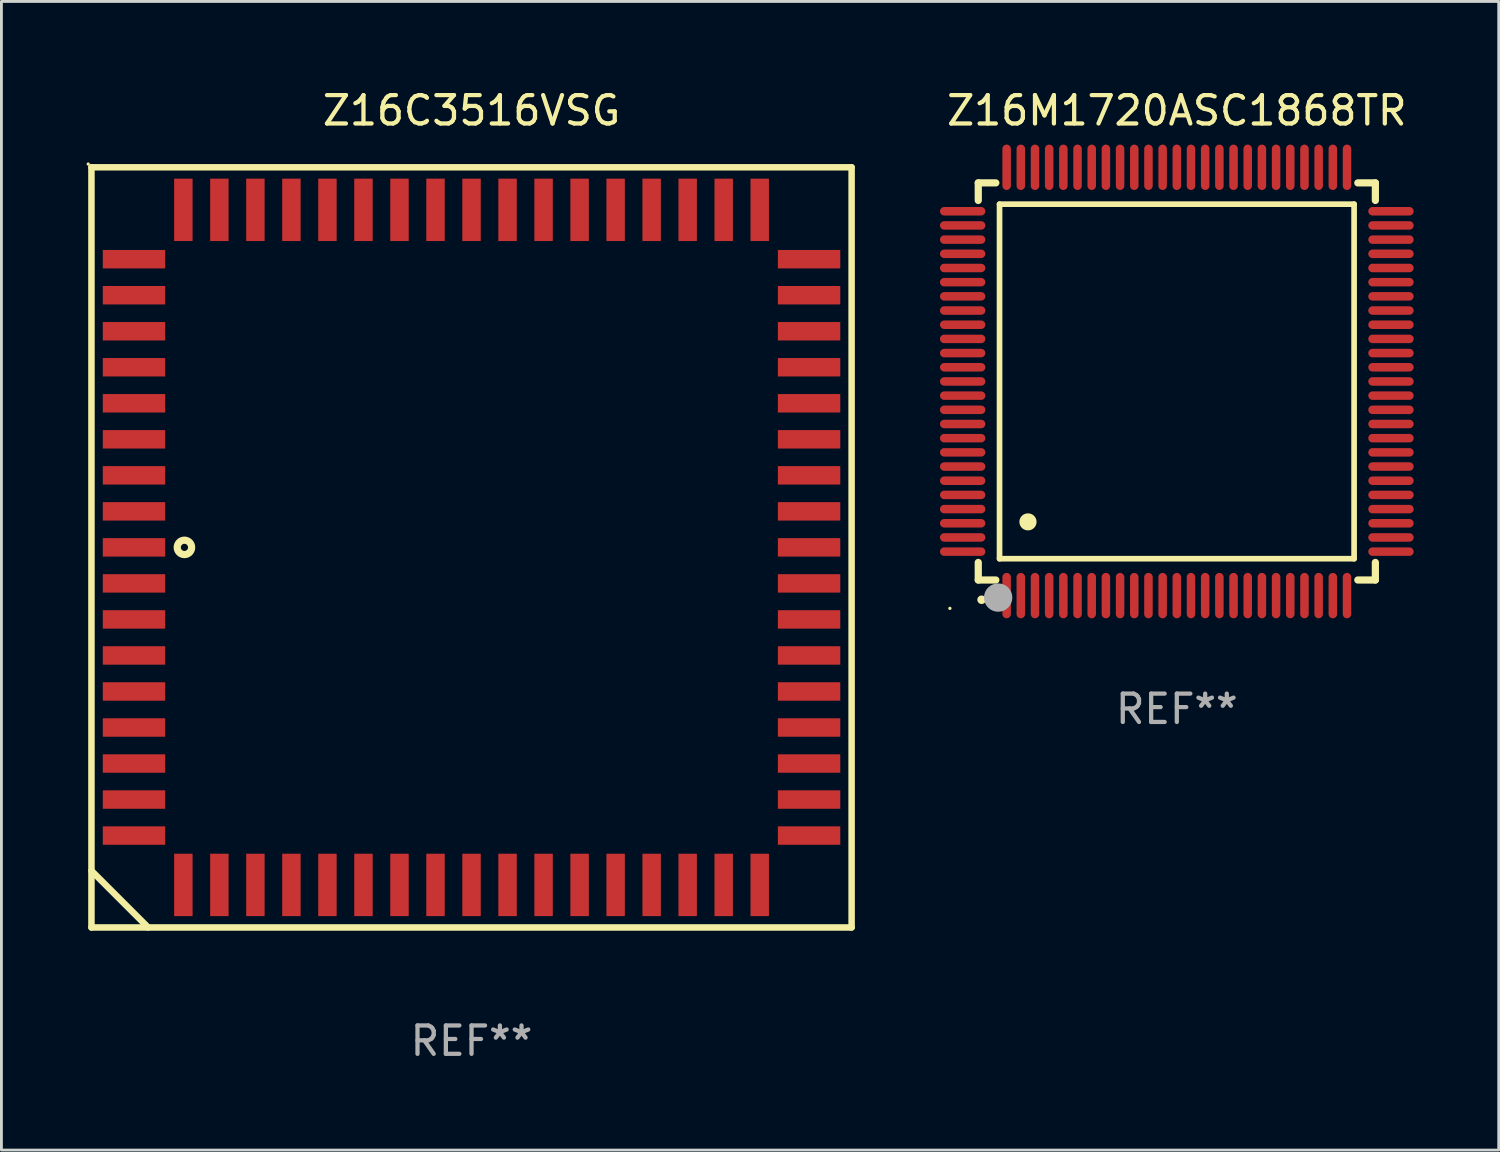
<source format=kicad_pcb>
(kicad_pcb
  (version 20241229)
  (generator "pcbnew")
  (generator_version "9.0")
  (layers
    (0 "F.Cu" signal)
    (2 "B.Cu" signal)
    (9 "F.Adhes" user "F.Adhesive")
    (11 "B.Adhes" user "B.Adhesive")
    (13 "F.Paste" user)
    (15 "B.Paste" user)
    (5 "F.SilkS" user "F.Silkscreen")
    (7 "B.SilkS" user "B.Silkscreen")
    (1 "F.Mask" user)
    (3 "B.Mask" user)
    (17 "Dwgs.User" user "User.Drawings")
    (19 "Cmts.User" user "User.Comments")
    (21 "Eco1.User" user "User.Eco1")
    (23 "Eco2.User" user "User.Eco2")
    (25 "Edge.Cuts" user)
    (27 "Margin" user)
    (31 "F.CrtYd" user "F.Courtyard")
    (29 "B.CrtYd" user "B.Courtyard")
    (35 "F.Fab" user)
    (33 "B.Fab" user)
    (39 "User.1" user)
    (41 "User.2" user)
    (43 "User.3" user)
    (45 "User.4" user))
  (footprint "Z16C3516VSG"
    (layer "F.Cu")
    (at 13.574 16.248)
    (property "Reference" "Z16C3516VSG" (at 0 -15.4 0) (layer "F.SilkS") (effects (font (size 1 1) (thickness 0.15))))
    (attr through_hole)
    (fp_line (start -13.4 -13.4) (end -13.4 13.4) (stroke (width 0.229) (type solid)) (layer "F.SilkS"))
    (fp_line (start -13.4 11.4) (end -11.4 13.4) (stroke (width 0.229) (type solid)) (layer "F.SilkS"))
    (fp_line (start -13.4 13.4) (end 13.4 13.4) (stroke (width 0.229) (type solid)) (layer "F.SilkS"))
    (fp_line (start 13.4 -13.4) (end -13.4 -13.4) (stroke (width 0.229) (type solid)) (layer "F.SilkS"))
    (fp_line (start 13.4 13.4) (end 13.4 -13.4) (stroke (width 0.229) (type solid)) (layer "F.SilkS"))
    (fp_circle (center -13.514 -13.514) (end -13.484 -13.514) (stroke (width 0.06) (type solid)) (fill no) (layer "F.SilkS"))
    (fp_circle (center -10.122 -0.000076) (end -9.868 -0.000076) (stroke (width 0.254) (type solid)) (fill no) (layer "F.SilkS"))
    (fp_text user "REF**" (at 0 17.4 0) (layer "F.Fab") (effects (font (size 1 1) (thickness 0.15))))
    (pad "1" smd rect (at -11.9 -0.000076 270) (size 0.65 2.2) (layers "F.Cu" "F.Mask" "F.Paste"))
    (pad "2" smd rect (at -11.9 1.27 270) (size 0.65 2.2) (layers "F.Cu" "F.Mask" "F.Paste"))
    (pad "3" smd rect (at -11.9 2.54 270) (size 0.65 2.2) (layers "F.Cu" "F.Mask" "F.Paste"))
    (pad "4" smd rect (at -11.9 3.81 270) (size 0.65 2.2) (layers "F.Cu" "F.Mask" "F.Paste"))
    (pad "5" smd rect (at -11.9 5.08 270) (size 0.65 2.2) (layers "F.Cu" "F.Mask" "F.Paste"))
    (pad "6" smd rect (at -11.9 6.35 270) (size 0.65 2.2) (layers "F.Cu" "F.Mask" "F.Paste"))
    (pad "7" smd rect (at -11.9 7.62 270) (size 0.65 2.2) (layers "F.Cu" "F.Mask" "F.Paste"))
    (pad "8" smd rect (at -11.9 8.89 270) (size 0.65 2.2) (layers "F.Cu" "F.Mask" "F.Paste"))
    (pad "9" smd rect (at -11.9 10.16 270) (size 0.65 2.2) (layers "F.Cu" "F.Mask" "F.Paste"))
    (pad "10" smd rect (at -10.16 11.9 270) (size 2.2 0.65) (layers "F.Cu" "F.Mask" "F.Paste"))
    (pad "11" smd rect (at -8.89 11.9 270) (size 2.2 0.65) (layers "F.Cu" "F.Mask" "F.Paste"))
    (pad "12" smd rect (at -7.62 11.9 270) (size 2.2 0.65) (layers "F.Cu" "F.Mask" "F.Paste"))
    (pad "13" smd rect (at -6.35 11.9 270) (size 2.2 0.65) (layers "F.Cu" "F.Mask" "F.Paste"))
    (pad "14" smd rect (at -5.08 11.9 270) (size 2.2 0.65) (layers "F.Cu" "F.Mask" "F.Paste"))
    (pad "15" smd rect (at -3.81 11.9 270) (size 2.2 0.65) (layers "F.Cu" "F.Mask" "F.Paste"))
    (pad "16" smd rect (at -2.54 11.9 270) (size 2.2 0.65) (layers "F.Cu" "F.Mask" "F.Paste"))
    (pad "17" smd rect (at -1.27 11.9 270) (size 2.2 0.65) (layers "F.Cu" "F.Mask" "F.Paste"))
    (pad "18" smd rect (at 0 11.9 270) (size 2.2 0.65) (layers "F.Cu" "F.Mask" "F.Paste"))
    (pad "19" smd rect (at 1.27 11.9 270) (size 2.2 0.65) (layers "F.Cu" "F.Mask" "F.Paste"))
    (pad "20" smd rect (at 2.54 11.9 270) (size 2.2 0.65) (layers "F.Cu" "F.Mask" "F.Paste"))
    (pad "21" smd rect (at 3.81 11.9 270) (size 2.2 0.65) (layers "F.Cu" "F.Mask" "F.Paste"))
    (pad "22" smd rect (at 5.08 11.9 270) (size 2.2 0.65) (layers "F.Cu" "F.Mask" "F.Paste"))
    (pad "23" smd rect (at 6.35 11.9 270) (size 2.2 0.65) (layers "F.Cu" "F.Mask" "F.Paste"))
    (pad "24" smd rect (at 7.62 11.9 270) (size 2.2 0.65) (layers "F.Cu" "F.Mask" "F.Paste"))
    (pad "25" smd rect (at 8.89 11.9 270) (size 2.2 0.65) (layers "F.Cu" "F.Mask" "F.Paste"))
    (pad "26" smd rect (at 10.16 11.9 270) (size 2.2 0.65) (layers "F.Cu" "F.Mask" "F.Paste"))
    (pad "27" smd rect (at 11.9 10.16 270) (size 0.65 2.2) (layers "F.Cu" "F.Mask" "F.Paste"))
    (pad "28" smd rect (at 11.9 8.89 270) (size 0.65 2.2) (layers "F.Cu" "F.Mask" "F.Paste"))
    (pad "29" smd rect (at 11.9 7.62 270) (size 0.65 2.2) (layers "F.Cu" "F.Mask" "F.Paste"))
    (pad "30" smd rect (at 11.9 6.35 270) (size 0.65 2.2) (layers "F.Cu" "F.Mask" "F.Paste"))
    (pad "31" smd rect (at 11.9 5.08 270) (size 0.65 2.2) (layers "F.Cu" "F.Mask" "F.Paste"))
    (pad "32" smd rect (at 11.9 3.81 270) (size 0.65 2.2) (layers "F.Cu" "F.Mask" "F.Paste"))
    (pad "33" smd rect (at 11.9 2.54 270) (size 0.65 2.2) (layers "F.Cu" "F.Mask" "F.Paste"))
    (pad "34" smd rect (at 11.9 1.27 270) (size 0.65 2.2) (layers "F.Cu" "F.Mask" "F.Paste"))
    (pad "35" smd rect (at 11.9 -0.000076 270) (size 0.65 2.2) (layers "F.Cu" "F.Mask" "F.Paste"))
    (pad "36" smd rect (at 11.9 -1.27 270) (size 0.65 2.2) (layers "F.Cu" "F.Mask" "F.Paste"))
    (pad "37" smd rect (at 11.9 -2.54 270) (size 0.65 2.2) (layers "F.Cu" "F.Mask" "F.Paste"))
    (pad "38" smd rect (at 11.9 -3.81 270) (size 0.65 2.2) (layers "F.Cu" "F.Mask" "F.Paste"))
    (pad "39" smd rect (at 11.9 -5.08 270) (size 0.65 2.2) (layers "F.Cu" "F.Mask" "F.Paste"))
    (pad "40" smd rect (at 11.9 -6.35 270) (size 0.65 2.2) (layers "F.Cu" "F.Mask" "F.Paste"))
    (pad "41" smd rect (at 11.9 -7.62 270) (size 0.65 2.2) (layers "F.Cu" "F.Mask" "F.Paste"))
    (pad "42" smd rect (at 11.9 -8.89 270) (size 0.65 2.2) (layers "F.Cu" "F.Mask" "F.Paste"))
    (pad "43" smd rect (at 11.9 -10.16 270) (size 0.65 2.2) (layers "F.Cu" "F.Mask" "F.Paste"))
    (pad "44" smd rect (at 10.16 -11.9 270) (size 2.2 0.65) (layers "F.Cu" "F.Mask" "F.Paste"))
    (pad "45" smd rect (at 8.89 -11.9 270) (size 2.2 0.65) (layers "F.Cu" "F.Mask" "F.Paste"))
    (pad "46" smd rect (at 7.62 -11.9 270) (size 2.2 0.65) (layers "F.Cu" "F.Mask" "F.Paste"))
    (pad "47" smd rect (at 6.35 -11.9 270) (size 2.2 0.65) (layers "F.Cu" "F.Mask" "F.Paste"))
    (pad "48" smd rect (at 5.08 -11.9 270) (size 2.2 0.65) (layers "F.Cu" "F.Mask" "F.Paste"))
    (pad "49" smd rect (at 3.81 -11.9 270) (size 2.2 0.65) (layers "F.Cu" "F.Mask" "F.Paste"))
    (pad "50" smd rect (at 2.54 -11.9 270) (size 2.2 0.65) (layers "F.Cu" "F.Mask" "F.Paste"))
    (pad "51" smd rect (at 1.27 -11.9 270) (size 2.2 0.65) (layers "F.Cu" "F.Mask" "F.Paste"))
    (pad "52" smd rect (at 0 -11.9 270) (size 2.2 0.65) (layers "F.Cu" "F.Mask" "F.Paste"))
    (pad "53" smd rect (at -1.27 -11.9 270) (size 2.2 0.65) (layers "F.Cu" "F.Mask" "F.Paste"))
    (pad "54" smd rect (at -2.54 -11.9 270) (size 2.2 0.65) (layers "F.Cu" "F.Mask" "F.Paste"))
    (pad "55" smd rect (at -3.81 -11.9 270) (size 2.2 0.65) (layers "F.Cu" "F.Mask" "F.Paste"))
    (pad "56" smd rect (at -5.08 -11.9 270) (size 2.2 0.65) (layers "F.Cu" "F.Mask" "F.Paste"))
    (pad "57" smd rect (at -6.35 -11.9 270) (size 2.2 0.65) (layers "F.Cu" "F.Mask" "F.Paste"))
    (pad "58" smd rect (at -7.62 -11.9 270) (size 2.2 0.65) (layers "F.Cu" "F.Mask" "F.Paste"))
    (pad "59" smd rect (at -8.89 -11.9 270) (size 2.2 0.65) (layers "F.Cu" "F.Mask" "F.Paste"))
    (pad "60" smd rect (at -10.16 -11.9 270) (size 2.2 0.65) (layers "F.Cu" "F.Mask" "F.Paste"))
    (pad "61" smd rect (at -11.9 -10.16 270) (size 0.65 2.2) (layers "F.Cu" "F.Mask" "F.Paste"))
    (pad "62" smd rect (at -11.9 -8.89 270) (size 0.65 2.2) (layers "F.Cu" "F.Mask" "F.Paste"))
    (pad "63" smd rect (at -11.9 -7.62 270) (size 0.65 2.2) (layers "F.Cu" "F.Mask" "F.Paste"))
    (pad "64" smd rect (at -11.9 -6.35 270) (size 0.65 2.2) (layers "F.Cu" "F.Mask" "F.Paste"))
    (pad "65" smd rect (at -11.9 -5.08 270) (size 0.65 2.2) (layers "F.Cu" "F.Mask" "F.Paste"))
    (pad "66" smd rect (at -11.9 -3.81 270) (size 0.65 2.2) (layers "F.Cu" "F.Mask" "F.Paste"))
    (pad "67" smd rect (at -11.9 -2.54 270) (size 0.65 2.2) (layers "F.Cu" "F.Mask" "F.Paste"))
    (pad "68" smd rect (at -11.9 -1.27 270) (size 0.65 2.2) (layers "F.Cu" "F.Mask" "F.Paste")))
  (footprint "Z16M1720ASC1868TR"
    (layer "F.Cu")
    (at 38.439 10.398)
    (property "Reference" "Z16M1720ASC1868TR" (at 0 -9.55 0) (layer "F.SilkS") (effects (font (size 1 1) (thickness 0.15))))
    (attr through_hole)
    (fp_line (start -7 -7) (end -6.381 -7) (stroke (width 0.254) (type solid)) (layer "F.SilkS"))
    (fp_line (start -7 -6.381) (end -7 -7) (stroke (width 0.254) (type solid)) (layer "F.SilkS"))
    (fp_line (start -7 7) (end -7 6.381) (stroke (width 0.254) (type solid)) (layer "F.SilkS"))
    (fp_line (start -6.381 7) (end -7 7) (stroke (width 0.254) (type solid)) (layer "F.SilkS"))
    (fp_line (start -6.25 -6.25) (end -6.25 6.25) (stroke (width 0.2) (type solid)) (layer "F.SilkS"))
    (fp_line (start -6.25 6.25) (end 6.25 6.25) (stroke (width 0.2) (type solid)) (layer "F.SilkS"))
    (fp_line (start 6.25 -6.25) (end -6.25 -6.25) (stroke (width 0.2) (type solid)) (layer "F.SilkS"))
    (fp_line (start 6.25 6.25) (end 6.25 -6.25) (stroke (width 0.2) (type solid)) (layer "F.SilkS"))
    (fp_line (start 6.381 -7) (end 7 -7) (stroke (width 0.254) (type solid)) (layer "F.SilkS"))
    (fp_line (start 7 -7) (end 7 -6.381) (stroke (width 0.254) (type solid)) (layer "F.SilkS"))
    (fp_line (start 7 6.381) (end 7 7) (stroke (width 0.254) (type solid)) (layer "F.SilkS"))
    (fp_line (start 7 7) (end 6.381 7) (stroke (width 0.254) (type solid)) (layer "F.SilkS"))
    (fp_arc (start -6.883414 7.696215) (mid -6.882144 7.69621) (end -6.880874 7.696215) (stroke (width 0.3) (type solid)) (layer "F.SilkS"))
    (fp_arc (start -5.250191 4.95047) (mid -5.247651 4.950459) (end -5.245111 4.95047) (stroke (width 0.6) (type solid)) (layer "F.SilkS"))
    (fp_circle (center -8 8) (end -7.97 8) (stroke (width 0.06) (type solid)) (fill no) (layer "F.SilkS"))
    (fp_circle (center -6.299 7.62) (end -6.049 7.62) (stroke (width 0.5) (type solid)) (fill no) (layer "F.Fab"))
    (fp_text user "REF**" (at 0 11.55 0) (layer "F.Fab") (effects (font (size 1 1) (thickness 0.15))))
    (pad "1" smd oval (at -6 7.55) (size 0.3 1.6) (layers "F.Cu" "F.Mask" "F.Paste"))
    (pad "2" smd oval (at -5.5 7.55) (size 0.3 1.6) (layers "F.Cu" "F.Mask" "F.Paste"))
    (pad "3" smd oval (at -5 7.55) (size 0.3 1.6) (layers "F.Cu" "F.Mask" "F.Paste"))
    (pad "4" smd oval (at -4.5 7.55) (size 0.3 1.6) (layers "F.Cu" "F.Mask" "F.Paste"))
    (pad "5" smd oval (at -4 7.55) (size 0.3 1.6) (layers "F.Cu" "F.Mask" "F.Paste"))
    (pad "6" smd oval (at -3.5 7.55) (size 0.3 1.6) (layers "F.Cu" "F.Mask" "F.Paste"))
    (pad "7" smd oval (at -3 7.55) (size 0.3 1.6) (layers "F.Cu" "F.Mask" "F.Paste"))
    (pad "8" smd oval (at -2.5 7.55) (size 0.3 1.6) (layers "F.Cu" "F.Mask" "F.Paste"))
    (pad "9" smd oval (at -2 7.55) (size 0.3 1.6) (layers "F.Cu" "F.Mask" "F.Paste"))
    (pad "10" smd oval (at -1.5 7.55) (size 0.3 1.6) (layers "F.Cu" "F.Mask" "F.Paste"))
    (pad "11" smd oval (at -1 7.55) (size 0.3 1.6) (layers "F.Cu" "F.Mask" "F.Paste"))
    (pad "12" smd oval (at -0.5 7.55) (size 0.3 1.6) (layers "F.Cu" "F.Mask" "F.Paste"))
    (pad "13" smd oval (at 0 7.55) (size 0.3 1.6) (layers "F.Cu" "F.Mask" "F.Paste"))
    (pad "14" smd oval (at 0.5 7.55) (size 0.3 1.6) (layers "F.Cu" "F.Mask" "F.Paste"))
    (pad "15" smd oval (at 1 7.55) (size 0.3 1.6) (layers "F.Cu" "F.Mask" "F.Paste"))
    (pad "16" smd oval (at 1.5 7.55) (size 0.3 1.6) (layers "F.Cu" "F.Mask" "F.Paste"))
    (pad "17" smd oval (at 2 7.55) (size 0.3 1.6) (layers "F.Cu" "F.Mask" "F.Paste"))
    (pad "18" smd oval (at 2.5 7.55) (size 0.3 1.6) (layers "F.Cu" "F.Mask" "F.Paste"))
    (pad "19" smd oval (at 3 7.55) (size 0.3 1.6) (layers "F.Cu" "F.Mask" "F.Paste"))
    (pad "20" smd oval (at 3.5 7.55) (size 0.3 1.6) (layers "F.Cu" "F.Mask" "F.Paste"))
    (pad "21" smd oval (at 4 7.55) (size 0.3 1.6) (layers "F.Cu" "F.Mask" "F.Paste"))
    (pad "22" smd oval (at 4.5 7.55) (size 0.3 1.6) (layers "F.Cu" "F.Mask" "F.Paste"))
    (pad "23" smd oval (at 5 7.55) (size 0.3 1.6) (layers "F.Cu" "F.Mask" "F.Paste"))
    (pad "24" smd oval (at 5.5 7.55) (size 0.3 1.6) (layers "F.Cu" "F.Mask" "F.Paste"))
    (pad "25" smd oval (at 6 7.55) (size 0.3 1.6) (layers "F.Cu" "F.Mask" "F.Paste"))
    (pad "26" smd oval (at 7.55 6) (size 1.6 0.3) (layers "F.Cu" "F.Mask" "F.Paste"))
    (pad "27" smd oval (at 7.55 5.5) (size 1.6 0.3) (layers "F.Cu" "F.Mask" "F.Paste"))
    (pad "28" smd oval (at 7.55 5) (size 1.6 0.3) (layers "F.Cu" "F.Mask" "F.Paste"))
    (pad "29" smd oval (at 7.55 4.5) (size 1.6 0.3) (layers "F.Cu" "F.Mask" "F.Paste"))
    (pad "30" smd oval (at 7.55 4) (size 1.6 0.3) (layers "F.Cu" "F.Mask" "F.Paste"))
    (pad "31" smd oval (at 7.55 3.5) (size 1.6 0.3) (layers "F.Cu" "F.Mask" "F.Paste"))
    (pad "32" smd oval (at 7.55 3) (size 1.6 0.3) (layers "F.Cu" "F.Mask" "F.Paste"))
    (pad "33" smd oval (at 7.55 2.5) (size 1.6 0.3) (layers "F.Cu" "F.Mask" "F.Paste"))
    (pad "34" smd oval (at 7.55 2) (size 1.6 0.3) (layers "F.Cu" "F.Mask" "F.Paste"))
    (pad "35" smd oval (at 7.55 1.5) (size 1.6 0.3) (layers "F.Cu" "F.Mask" "F.Paste"))
    (pad "36" smd oval (at 7.55 1) (size 1.6 0.3) (layers "F.Cu" "F.Mask" "F.Paste"))
    (pad "37" smd oval (at 7.55 0.5) (size 1.6 0.3) (layers "F.Cu" "F.Mask" "F.Paste"))
    (pad "38" smd oval (at 7.55 0) (size 1.6 0.3) (layers "F.Cu" "F.Mask" "F.Paste"))
    (pad "39" smd oval (at 7.55 -0.5) (size 1.6 0.3) (layers "F.Cu" "F.Mask" "F.Paste"))
    (pad "40" smd oval (at 7.55 -1) (size 1.6 0.3) (layers "F.Cu" "F.Mask" "F.Paste"))
    (pad "41" smd oval (at 7.55 -1.5) (size 1.6 0.3) (layers "F.Cu" "F.Mask" "F.Paste"))
    (pad "42" smd oval (at 7.55 -2) (size 1.6 0.3) (layers "F.Cu" "F.Mask" "F.Paste"))
    (pad "43" smd oval (at 7.55 -2.5) (size 1.6 0.3) (layers "F.Cu" "F.Mask" "F.Paste"))
    (pad "44" smd oval (at 7.55 -3) (size 1.6 0.3) (layers "F.Cu" "F.Mask" "F.Paste"))
    (pad "45" smd oval (at 7.55 -3.5) (size 1.6 0.3) (layers "F.Cu" "F.Mask" "F.Paste"))
    (pad "46" smd oval (at 7.55 -4) (size 1.6 0.3) (layers "F.Cu" "F.Mask" "F.Paste"))
    (pad "47" smd oval (at 7.55 -4.5) (size 1.6 0.3) (layers "F.Cu" "F.Mask" "F.Paste"))
    (pad "48" smd oval (at 7.55 -5) (size 1.6 0.3) (layers "F.Cu" "F.Mask" "F.Paste"))
    (pad "49" smd oval (at 7.55 -5.5) (size 1.6 0.3) (layers "F.Cu" "F.Mask" "F.Paste"))
    (pad "50" smd oval (at 7.55 -6) (size 1.6 0.3) (layers "F.Cu" "F.Mask" "F.Paste"))
    (pad "51" smd oval (at 6 -7.55) (size 0.3 1.6) (layers "F.Cu" "F.Mask" "F.Paste"))
    (pad "52" smd oval (at 5.5 -7.55) (size 0.3 1.6) (layers "F.Cu" "F.Mask" "F.Paste"))
    (pad "53" smd oval (at 5 -7.55) (size 0.3 1.6) (layers "F.Cu" "F.Mask" "F.Paste"))
    (pad "54" smd oval (at 4.5 -7.55) (size 0.3 1.6) (layers "F.Cu" "F.Mask" "F.Paste"))
    (pad "55" smd oval (at 4 -7.55) (size 0.3 1.6) (layers "F.Cu" "F.Mask" "F.Paste"))
    (pad "56" smd oval (at 3.5 -7.55) (size 0.3 1.6) (layers "F.Cu" "F.Mask" "F.Paste"))
    (pad "57" smd oval (at 3 -7.55) (size 0.3 1.6) (layers "F.Cu" "F.Mask" "F.Paste"))
    (pad "58" smd oval (at 2.5 -7.55) (size 0.3 1.6) (layers "F.Cu" "F.Mask" "F.Paste"))
    (pad "59" smd oval (at 2 -7.55) (size 0.3 1.6) (layers "F.Cu" "F.Mask" "F.Paste"))
    (pad "60" smd oval (at 1.5 -7.55) (size 0.3 1.6) (layers "F.Cu" "F.Mask" "F.Paste"))
    (pad "61" smd oval (at 1 -7.55) (size 0.3 1.6) (layers "F.Cu" "F.Mask" "F.Paste"))
    (pad "62" smd oval (at 0.5 -7.55) (size 0.3 1.6) (layers "F.Cu" "F.Mask" "F.Paste"))
    (pad "63" smd oval (at 0 -7.55) (size 0.3 1.6) (layers "F.Cu" "F.Mask" "F.Paste"))
    (pad "64" smd oval (at -0.5 -7.55) (size 0.3 1.6) (layers "F.Cu" "F.Mask" "F.Paste"))
    (pad "65" smd oval (at -1 -7.55) (size 0.3 1.6) (layers "F.Cu" "F.Mask" "F.Paste"))
    (pad "66" smd oval (at -1.5 -7.55) (size 0.3 1.6) (layers "F.Cu" "F.Mask" "F.Paste"))
    (pad "67" smd oval (at -2 -7.55) (size 0.3 1.6) (layers "F.Cu" "F.Mask" "F.Paste"))
    (pad "68" smd oval (at -2.5 -7.55) (size 0.3 1.6) (layers "F.Cu" "F.Mask" "F.Paste"))
    (pad "69" smd oval (at -3 -7.55) (size 0.3 1.6) (layers "F.Cu" "F.Mask" "F.Paste"))
    (pad "70" smd oval (at -3.5 -7.55) (size 0.3 1.6) (layers "F.Cu" "F.Mask" "F.Paste"))
    (pad "71" smd oval (at -4 -7.55) (size 0.3 1.6) (layers "F.Cu" "F.Mask" "F.Paste"))
    (pad "72" smd oval (at -4.5 -7.55) (size 0.3 1.6) (layers "F.Cu" "F.Mask" "F.Paste"))
    (pad "73" smd oval (at -5 -7.55) (size 0.3 1.6) (layers "F.Cu" "F.Mask" "F.Paste"))
    (pad "74" smd oval (at -5.5 -7.55) (size 0.3 1.6) (layers "F.Cu" "F.Mask" "F.Paste"))
    (pad "75" smd oval (at -6 -7.55) (size 0.3 1.6) (layers "F.Cu" "F.Mask" "F.Paste"))
    (pad "76" smd oval (at -7.55 -6) (size 1.6 0.3) (layers "F.Cu" "F.Mask" "F.Paste"))
    (pad "77" smd oval (at -7.55 -5.5) (size 1.6 0.3) (layers "F.Cu" "F.Mask" "F.Paste"))
    (pad "78" smd oval (at -7.55 -5) (size 1.6 0.3) (layers "F.Cu" "F.Mask" "F.Paste"))
    (pad "79" smd oval (at -7.55 -4.5) (size 1.6 0.3) (layers "F.Cu" "F.Mask" "F.Paste"))
    (pad "80" smd oval (at -7.55 -4) (size 1.6 0.3) (layers "F.Cu" "F.Mask" "F.Paste"))
    (pad "81" smd oval (at -7.55 -3.5) (size 1.6 0.3) (layers "F.Cu" "F.Mask" "F.Paste"))
    (pad "82" smd oval (at -7.55 -3) (size 1.6 0.3) (layers "F.Cu" "F.Mask" "F.Paste"))
    (pad "83" smd oval (at -7.55 -2.5) (size 1.6 0.3) (layers "F.Cu" "F.Mask" "F.Paste"))
    (pad "84" smd oval (at -7.55 -2) (size 1.6 0.3) (layers "F.Cu" "F.Mask" "F.Paste"))
    (pad "85" smd oval (at -7.55 -1.5) (size 1.6 0.3) (layers "F.Cu" "F.Mask" "F.Paste"))
    (pad "86" smd oval (at -7.55 -1) (size 1.6 0.3) (layers "F.Cu" "F.Mask" "F.Paste"))
    (pad "87" smd oval (at -7.55 -0.5) (size 1.6 0.3) (layers "F.Cu" "F.Mask" "F.Paste"))
    (pad "88" smd oval (at -7.55 0) (size 1.6 0.3) (layers "F.Cu" "F.Mask" "F.Paste"))
    (pad "89" smd oval (at -7.55 0.5) (size 1.6 0.3) (layers "F.Cu" "F.Mask" "F.Paste"))
    (pad "90" smd oval (at -7.55 1) (size 1.6 0.3) (layers "F.Cu" "F.Mask" "F.Paste"))
    (pad "91" smd oval (at -7.55 1.5) (size 1.6 0.3) (layers "F.Cu" "F.Mask" "F.Paste"))
    (pad "92" smd oval (at -7.55 2) (size 1.6 0.3) (layers "F.Cu" "F.Mask" "F.Paste"))
    (pad "93" smd oval (at -7.55 2.5) (size 1.6 0.3) (layers "F.Cu" "F.Mask" "F.Paste"))
    (pad "94" smd oval (at -7.55 3) (size 1.6 0.3) (layers "F.Cu" "F.Mask" "F.Paste"))
    (pad "95" smd oval (at -7.55 3.5) (size 1.6 0.3) (layers "F.Cu" "F.Mask" "F.Paste"))
    (pad "96" smd oval (at -7.55 4) (size 1.6 0.3) (layers "F.Cu" "F.Mask" "F.Paste"))
    (pad "97" smd oval (at -7.55 4.5) (size 1.6 0.3) (layers "F.Cu" "F.Mask" "F.Paste"))
    (pad "98" smd oval (at -7.55 5) (size 1.6 0.3) (layers "F.Cu" "F.Mask" "F.Paste"))
    (pad "99" smd oval (at -7.55 5.5) (size 1.6 0.3) (layers "F.Cu" "F.Mask" "F.Paste"))
    (pad "100" smd oval (at -7.55 6) (size 1.6 0.3) (layers "F.Cu" "F.Mask" "F.Paste")))
  (gr_rect
    (start -3 -3)
    (end 49.788 37.496)
    (stroke (width 0.1) (type default))
    (fill no)
    (layer "Edge.Cuts")))
</source>
